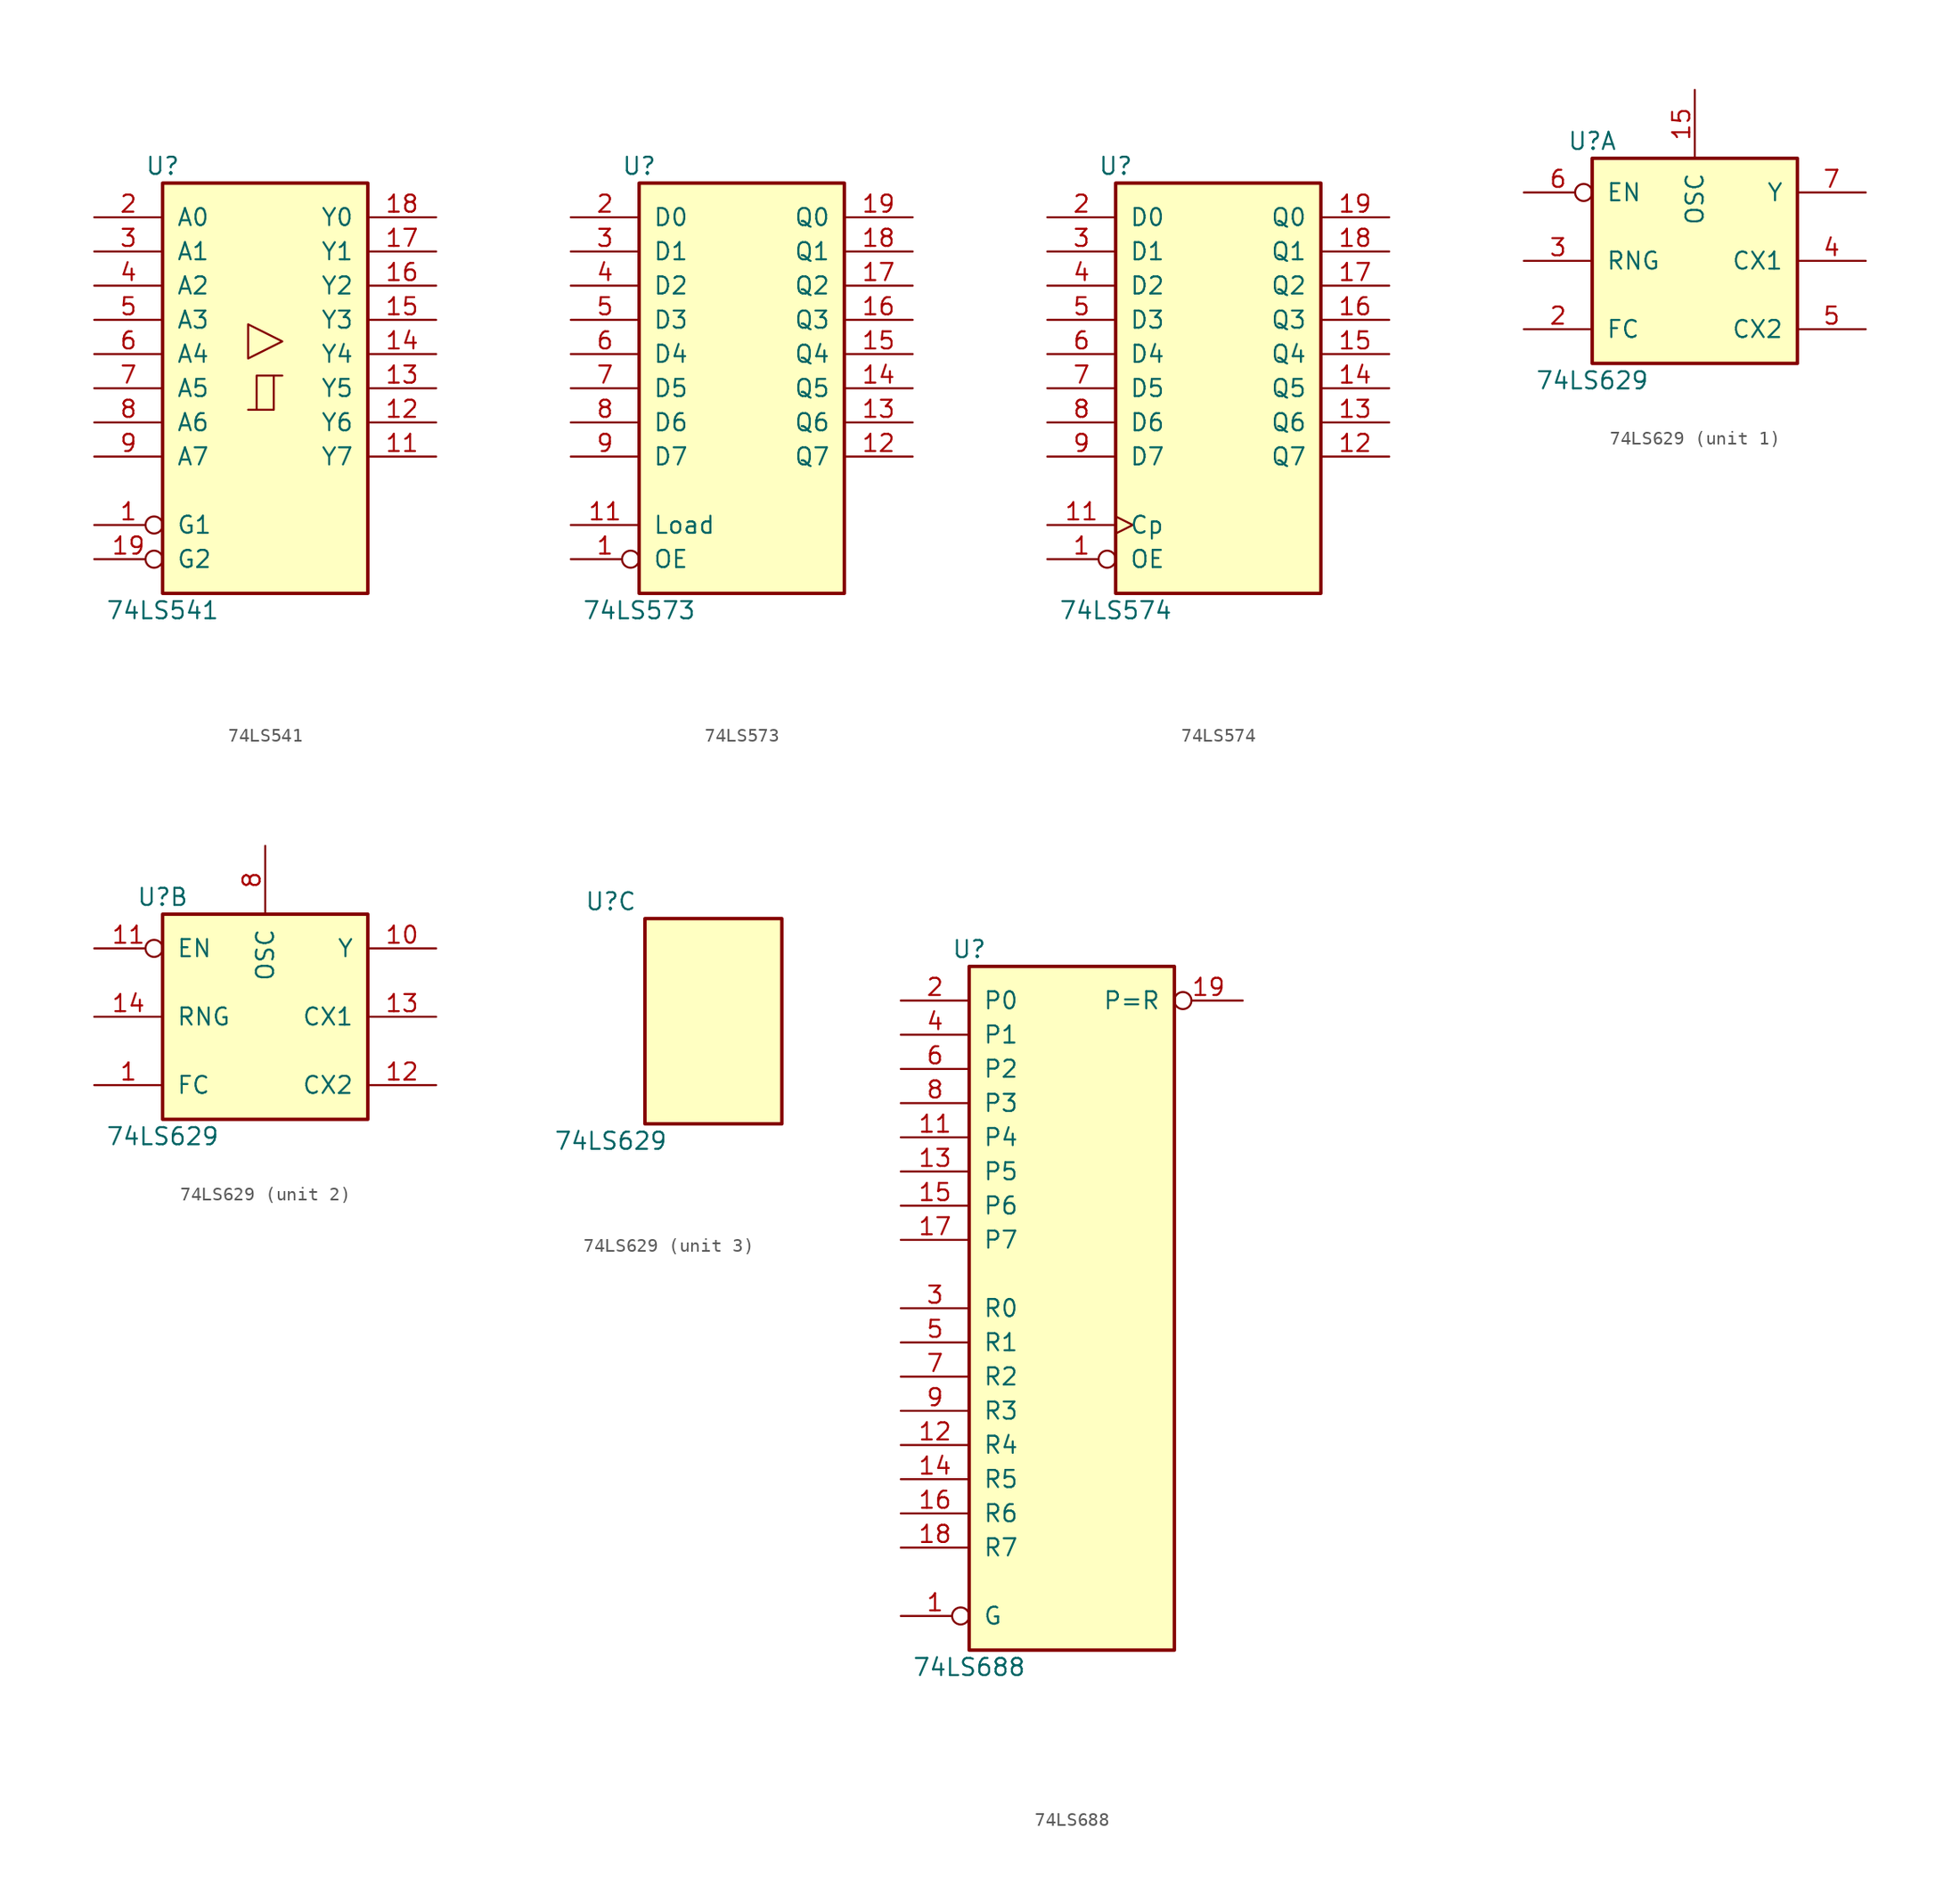
<source format=kicad_sym>
(kicad_symbol_lib
  (version 20231120)
  (generator "kicad_symbol_editor")
  (generator_version "8.0")
  (symbol "74LS541"
    (pin_names
      (offset 1.016))
    (property "Reference" "U"
      (at -7.62 16.51 0)
      (effects (font (size 1.27 1.27))))
    (property "Value" "74LS541"
      (at -7.62 -16.51 0)
      (effects (font (size 1.27 1.27))))
    (property "ki_locked" ""
      (at 0 0 0)
      (effects (font (size 1.27 1.27))))
    (symbol "74LS541_1_0"
      (polyline (pts (xy -0.635 -1.6) (xy -0.635 0.94) (xy 0.635 0.94)) (stroke (width 0) (type default)) (fill (type none)))
      (polyline (pts (xy -1.27 -1.6) (xy 0.635 -1.6) (xy 0.635 0.94) (xy 1.27 0.94)) (stroke (width 0) (type default)) (fill (type none)))
      (polyline (pts (xy 1.27 3.48) (xy -1.27 4.75) (xy -1.27 2.21) (xy 1.27 3.48)) (stroke (width 0.152) (type default)) (fill (type none)))
      (pin input inverted (at -12.7 -10.16 0) (length 5.08) (name "G1" (effects (font (size 1.27 1.27)))) (number "1" (effects (font (size 1.27 1.27)))))
      (pin input line (at 0 -20.32 90) (length 5.08) hide (name "GND" (effects (font (size 1.27 1.27)))) (number "10" (effects (font (size 1.27 1.27)))))
      (pin tri_state line (at 12.7 -5.08 180) (length 5.08) (name "Y7" (effects (font (size 1.27 1.27)))) (number "11" (effects (font (size 1.27 1.27)))))
      (pin tri_state line (at 12.7 -2.54 180) (length 5.08) (name "Y6" (effects (font (size 1.27 1.27)))) (number "12" (effects (font (size 1.27 1.27)))))
      (pin tri_state line (at 12.7 0 180) (length 5.08) (name "Y5" (effects (font (size 1.27 1.27)))) (number "13" (effects (font (size 1.27 1.27)))))
      (pin tri_state line (at 12.7 2.54 180) (length 5.08) (name "Y4" (effects (font (size 1.27 1.27)))) (number "14" (effects (font (size 1.27 1.27)))))
      (pin tri_state line (at 12.7 5.08 180) (length 5.08) (name "Y3" (effects (font (size 1.27 1.27)))) (number "15" (effects (font (size 1.27 1.27)))))
      (pin tri_state line (at 12.7 7.62 180) (length 5.08) (name "Y2" (effects (font (size 1.27 1.27)))) (number "16" (effects (font (size 1.27 1.27)))))
      (pin tri_state line (at 12.7 10.16 180) (length 5.08) (name "Y1" (effects (font (size 1.27 1.27)))) (number "17" (effects (font (size 1.27 1.27)))))
      (pin tri_state line (at 12.7 12.7 180) (length 5.08) (name "Y0" (effects (font (size 1.27 1.27)))) (number "18" (effects (font (size 1.27 1.27)))))
      (pin input inverted (at -12.7 -12.7 0) (length 5.08) (name "G2" (effects (font (size 1.27 1.27)))) (number "19" (effects (font (size 1.27 1.27)))))
      (pin input line (at -12.7 12.7 0) (length 5.08) (name "A0" (effects (font (size 1.27 1.27)))) (number "2" (effects (font (size 1.27 1.27)))))
      (pin input line (at 0 20.32 270) (length 5.08) hide (name "VCC" (effects (font (size 1.27 1.27)))) (number "20" (effects (font (size 1.27 1.27)))))
      (pin input line (at -12.7 10.16 0) (length 5.08) (name "A1" (effects (font (size 1.27 1.27)))) (number "3" (effects (font (size 1.27 1.27)))))
      (pin input line (at -12.7 7.62 0) (length 5.08) (name "A2" (effects (font (size 1.27 1.27)))) (number "4" (effects (font (size 1.27 1.27)))))
      (pin input line (at -12.7 5.08 0) (length 5.08) (name "A3" (effects (font (size 1.27 1.27)))) (number "5" (effects (font (size 1.27 1.27)))))
      (pin input line (at -12.7 2.54 0) (length 5.08) (name "A4" (effects (font (size 1.27 1.27)))) (number "6" (effects (font (size 1.27 1.27)))))
      (pin input line (at -12.7 0 0) (length 5.08) (name "A5" (effects (font (size 1.27 1.27)))) (number "7" (effects (font (size 1.27 1.27)))))
      (pin input line (at -12.7 -2.54 0) (length 5.08) (name "A6" (effects (font (size 1.27 1.27)))) (number "8" (effects (font (size 1.27 1.27)))))
      (pin input line (at -12.7 -5.08 0) (length 5.08) (name "A7" (effects (font (size 1.27 1.27)))) (number "9" (effects (font (size 1.27 1.27))))))
    (symbol "74LS541_1_1"
      (rectangle (start -7.62 15.24) (end 7.62 -15.24) (stroke (width 0.254) (type default)) (fill (type background)))))
  (symbol "74LS573"
    (pin_names
      (offset 1.016))
    (property "Reference" "U"
      (at -7.62 16.51 0)
      (effects (font (size 1.27 1.27))))
    (property "Value" "74LS573"
      (at -7.62 -16.51 0)
      (effects (font (size 1.27 1.27))))
    (property "ki_locked" ""
      (at 0 0 0)
      (effects (font (size 1.27 1.27))))
    (symbol "74LS573_1_0"
      (pin input inverted (at -12.7 -12.7 0) (length 5.08) (name "OE" (effects (font (size 1.27 1.27)))) (number "1" (effects (font (size 1.27 1.27)))))
      (pin input line (at 0 -20.32 90) (length 5.08) hide (name "GND" (effects (font (size 1.27 1.27)))) (number "10" (effects (font (size 1.27 1.27)))))
      (pin input line (at -12.7 -10.16 0) (length 5.08) (name "Load" (effects (font (size 1.27 1.27)))) (number "11" (effects (font (size 1.27 1.27)))))
      (pin tri_state line (at 12.7 -5.08 180) (length 5.08) (name "Q7" (effects (font (size 1.27 1.27)))) (number "12" (effects (font (size 1.27 1.27)))))
      (pin tri_state line (at 12.7 -2.54 180) (length 5.08) (name "Q6" (effects (font (size 1.27 1.27)))) (number "13" (effects (font (size 1.27 1.27)))))
      (pin tri_state line (at 12.7 0 180) (length 5.08) (name "Q5" (effects (font (size 1.27 1.27)))) (number "14" (effects (font (size 1.27 1.27)))))
      (pin tri_state line (at 12.7 2.54 180) (length 5.08) (name "Q4" (effects (font (size 1.27 1.27)))) (number "15" (effects (font (size 1.27 1.27)))))
      (pin tri_state line (at 12.7 5.08 180) (length 5.08) (name "Q3" (effects (font (size 1.27 1.27)))) (number "16" (effects (font (size 1.27 1.27)))))
      (pin tri_state line (at 12.7 7.62 180) (length 5.08) (name "Q2" (effects (font (size 1.27 1.27)))) (number "17" (effects (font (size 1.27 1.27)))))
      (pin tri_state line (at 12.7 10.16 180) (length 5.08) (name "Q1" (effects (font (size 1.27 1.27)))) (number "18" (effects (font (size 1.27 1.27)))))
      (pin tri_state line (at 12.7 12.7 180) (length 5.08) (name "Q0" (effects (font (size 1.27 1.27)))) (number "19" (effects (font (size 1.27 1.27)))))
      (pin input line (at -12.7 12.7 0) (length 5.08) (name "D0" (effects (font (size 1.27 1.27)))) (number "2" (effects (font (size 1.27 1.27)))))
      (pin input line (at 0 20.32 270) (length 5.08) hide (name "VCC" (effects (font (size 1.27 1.27)))) (number "20" (effects (font (size 1.27 1.27)))))
      (pin input line (at -12.7 10.16 0) (length 5.08) (name "D1" (effects (font (size 1.27 1.27)))) (number "3" (effects (font (size 1.27 1.27)))))
      (pin input line (at -12.7 7.62 0) (length 5.08) (name "D2" (effects (font (size 1.27 1.27)))) (number "4" (effects (font (size 1.27 1.27)))))
      (pin input line (at -12.7 5.08 0) (length 5.08) (name "D3" (effects (font (size 1.27 1.27)))) (number "5" (effects (font (size 1.27 1.27)))))
      (pin input line (at -12.7 2.54 0) (length 5.08) (name "D4" (effects (font (size 1.27 1.27)))) (number "6" (effects (font (size 1.27 1.27)))))
      (pin input line (at -12.7 0 0) (length 5.08) (name "D5" (effects (font (size 1.27 1.27)))) (number "7" (effects (font (size 1.27 1.27)))))
      (pin input line (at -12.7 -2.54 0) (length 5.08) (name "D6" (effects (font (size 1.27 1.27)))) (number "8" (effects (font (size 1.27 1.27)))))
      (pin input line (at -12.7 -5.08 0) (length 5.08) (name "D7" (effects (font (size 1.27 1.27)))) (number "9" (effects (font (size 1.27 1.27))))))
    (symbol "74LS573_1_1"
      (rectangle (start -7.62 15.24) (end 7.62 -15.24) (stroke (width 0.254) (type default)) (fill (type background)))))
  (symbol "74LS574"
    (pin_names
      (offset 1.016))
    (property "Reference" "U"
      (at -7.62 16.51 0)
      (effects (font (size 1.27 1.27))))
    (property "Value" "74LS574"
      (at -7.62 -16.51 0)
      (effects (font (size 1.27 1.27))))
    (property "ki_locked" ""
      (at 0 0 0)
      (effects (font (size 1.27 1.27))))
    (symbol "74LS574_1_0"
      (pin input inverted (at -12.7 -12.7 0) (length 5.08) (name "OE" (effects (font (size 1.27 1.27)))) (number "1" (effects (font (size 1.27 1.27)))))
      (pin input line (at 0 -20.32 90) (length 5.08) hide (name "GND" (effects (font (size 1.27 1.27)))) (number "10" (effects (font (size 1.27 1.27)))))
      (pin input clock (at -12.7 -10.16 0) (length 5.08) (name "Cp" (effects (font (size 1.27 1.27)))) (number "11" (effects (font (size 1.27 1.27)))))
      (pin tri_state line (at 12.7 -5.08 180) (length 5.08) (name "Q7" (effects (font (size 1.27 1.27)))) (number "12" (effects (font (size 1.27 1.27)))))
      (pin tri_state line (at 12.7 -2.54 180) (length 5.08) (name "Q6" (effects (font (size 1.27 1.27)))) (number "13" (effects (font (size 1.27 1.27)))))
      (pin tri_state line (at 12.7 0 180) (length 5.08) (name "Q5" (effects (font (size 1.27 1.27)))) (number "14" (effects (font (size 1.27 1.27)))))
      (pin tri_state line (at 12.7 2.54 180) (length 5.08) (name "Q4" (effects (font (size 1.27 1.27)))) (number "15" (effects (font (size 1.27 1.27)))))
      (pin tri_state line (at 12.7 5.08 180) (length 5.08) (name "Q3" (effects (font (size 1.27 1.27)))) (number "16" (effects (font (size 1.27 1.27)))))
      (pin tri_state line (at 12.7 7.62 180) (length 5.08) (name "Q2" (effects (font (size 1.27 1.27)))) (number "17" (effects (font (size 1.27 1.27)))))
      (pin tri_state line (at 12.7 10.16 180) (length 5.08) (name "Q1" (effects (font (size 1.27 1.27)))) (number "18" (effects (font (size 1.27 1.27)))))
      (pin tri_state line (at 12.7 12.7 180) (length 5.08) (name "Q0" (effects (font (size 1.27 1.27)))) (number "19" (effects (font (size 1.27 1.27)))))
      (pin input line (at -12.7 12.7 0) (length 5.08) (name "D0" (effects (font (size 1.27 1.27)))) (number "2" (effects (font (size 1.27 1.27)))))
      (pin input line (at 0 20.32 270) (length 5.08) hide (name "VCC" (effects (font (size 1.27 1.27)))) (number "20" (effects (font (size 1.27 1.27)))))
      (pin input line (at -12.7 10.16 0) (length 5.08) (name "D1" (effects (font (size 1.27 1.27)))) (number "3" (effects (font (size 1.27 1.27)))))
      (pin input line (at -12.7 7.62 0) (length 5.08) (name "D2" (effects (font (size 1.27 1.27)))) (number "4" (effects (font (size 1.27 1.27)))))
      (pin input line (at -12.7 5.08 0) (length 5.08) (name "D3" (effects (font (size 1.27 1.27)))) (number "5" (effects (font (size 1.27 1.27)))))
      (pin input line (at -12.7 2.54 0) (length 5.08) (name "D4" (effects (font (size 1.27 1.27)))) (number "6" (effects (font (size 1.27 1.27)))))
      (pin input line (at -12.7 0 0) (length 5.08) (name "D5" (effects (font (size 1.27 1.27)))) (number "7" (effects (font (size 1.27 1.27)))))
      (pin input line (at -12.7 -2.54 0) (length 5.08) (name "D6" (effects (font (size 1.27 1.27)))) (number "8" (effects (font (size 1.27 1.27)))))
      (pin input line (at -12.7 -5.08 0) (length 5.08) (name "D7" (effects (font (size 1.27 1.27)))) (number "9" (effects (font (size 1.27 1.27))))))
    (symbol "74LS574_1_1"
      (rectangle (start -7.62 15.24) (end 7.62 -15.24) (stroke (width 0.254) (type default)) (fill (type background)))))
  (symbol "74LS629"
    (pin_names
      (offset 1.016))
    (property "Reference" "U"
      (at -7.62 8.89 0)
      (effects (font (size 1.27 1.27))))
    (property "Value" "74LS629"
      (at -7.62 -8.89 0)
      (effects (font (size 1.27 1.27))))
    (property "ki_locked" ""
      (at 0 0 0)
      (effects (font (size 1.27 1.27))))
    (symbol "74LS629_1_0"
      (pin passive line (at 0 12.7 270) (length 5.08) (name "OSC" (effects (font (size 1.27 1.27)))) (number "15" (effects (font (size 1.27 1.27)))))
      (pin input line (at -12.7 -5.08 0) (length 5.08) (name "FC" (effects (font (size 1.27 1.27)))) (number "2" (effects (font (size 1.27 1.27)))))
      (pin input line (at -12.7 0 0) (length 5.08) (name "RNG" (effects (font (size 1.27 1.27)))) (number "3" (effects (font (size 1.27 1.27)))))
      (pin passive line (at 12.7 0 180) (length 5.08) (name "CX1" (effects (font (size 1.27 1.27)))) (number "4" (effects (font (size 1.27 1.27)))))
      (pin passive line (at 12.7 -5.08 180) (length 5.08) (name "CX2" (effects (font (size 1.27 1.27)))) (number "5" (effects (font (size 1.27 1.27)))))
      (pin input inverted (at -12.7 5.08 0) (length 5.08) (name "EN" (effects (font (size 1.27 1.27)))) (number "6" (effects (font (size 1.27 1.27)))))
      (pin output line (at 12.7 5.08 180) (length 5.08) (name "Y" (effects (font (size 1.27 1.27)))) (number "7" (effects (font (size 1.27 1.27))))))
    (symbol "74LS629_1_1"
      (rectangle (start -7.62 7.62) (end 7.62 -7.62) (stroke (width 0.254) (type default)) (fill (type background))))
    (symbol "74LS629_2_0"
      (pin input line (at -12.7 -5.08 0) (length 5.08) (name "FC" (effects (font (size 1.27 1.27)))) (number "1" (effects (font (size 1.27 1.27)))))
      (pin output line (at 12.7 5.08 180) (length 5.08) (name "Y" (effects (font (size 1.27 1.27)))) (number "10" (effects (font (size 1.27 1.27)))))
      (pin input inverted (at -12.7 5.08 0) (length 5.08) (name "EN" (effects (font (size 1.27 1.27)))) (number "11" (effects (font (size 1.27 1.27)))))
      (pin passive line (at 12.7 -5.08 180) (length 5.08) (name "CX2" (effects (font (size 1.27 1.27)))) (number "12" (effects (font (size 1.27 1.27)))))
      (pin passive line (at 12.7 0 180) (length 5.08) (name "CX1" (effects (font (size 1.27 1.27)))) (number "13" (effects (font (size 1.27 1.27)))))
      (pin input line (at -12.7 0 0) (length 5.08) (name "RNG" (effects (font (size 1.27 1.27)))) (number "14" (effects (font (size 1.27 1.27)))))
      (pin passive line (at 0 12.7 270) (length 5.08) (name "OSC" (effects (font (size 1.27 1.27)))) (number "8" (effects (font (size 1.27 1.27))))))
    (symbol "74LS629_2_1"
      (rectangle (start -7.62 7.62) (end 7.62 -7.62) (stroke (width 0.254) (type default)) (fill (type background))))
    (symbol "74LS629_3_0"
      (pin input line (at 0 12.7 270) (length 5.08) hide (name "VCC" (effects (font (size 1.27 1.27)))) (number "16" (effects (font (size 1.27 1.27)))))
      (pin input line (at 0 -12.7 90) (length 5.08) hide (name "GND" (effects (font (size 1.27 1.27)))) (number "9" (effects (font (size 1.27 1.27))))))
    (symbol "74LS629_3_1"
      (rectangle (start -5.08 7.62) (end 5.08 -7.62) (stroke (width 0.254) (type default)) (fill (type background)))))
  (symbol "74LS688"
    (pin_names
      (offset 1.016))
    (property "Reference" "U"
      (at -7.62 26.67 0)
      (effects (font (size 1.27 1.27))))
    (property "Value" "74LS688"
      (at -7.62 -26.67 0)
      (effects (font (size 1.27 1.27))))
    (property "ki_locked" ""
      (at 0 0 0)
      (effects (font (size 1.27 1.27))))
    (symbol "74LS688_1_0"
      (pin input inverted (at -12.7 -22.86 0) (length 5.08) (name "G" (effects (font (size 1.27 1.27)))) (number "1" (effects (font (size 1.27 1.27)))))
      (pin input line (at 0 -30.48 90) (length 5.08) hide (name "GND" (effects (font (size 1.27 1.27)))) (number "10" (effects (font (size 1.27 1.27)))))
      (pin input line (at -12.7 12.7 0) (length 5.08) (name "P4" (effects (font (size 1.27 1.27)))) (number "11" (effects (font (size 1.27 1.27)))))
      (pin input line (at -12.7 -10.16 0) (length 5.08) (name "R4" (effects (font (size 1.27 1.27)))) (number "12" (effects (font (size 1.27 1.27)))))
      (pin input line (at -12.7 10.16 0) (length 5.08) (name "P5" (effects (font (size 1.27 1.27)))) (number "13" (effects (font (size 1.27 1.27)))))
      (pin input line (at -12.7 -12.7 0) (length 5.08) (name "R5" (effects (font (size 1.27 1.27)))) (number "14" (effects (font (size 1.27 1.27)))))
      (pin input line (at -12.7 7.62 0) (length 5.08) (name "P6" (effects (font (size 1.27 1.27)))) (number "15" (effects (font (size 1.27 1.27)))))
      (pin input line (at -12.7 -15.24 0) (length 5.08) (name "R6" (effects (font (size 1.27 1.27)))) (number "16" (effects (font (size 1.27 1.27)))))
      (pin input line (at -12.7 5.08 0) (length 5.08) (name "P7" (effects (font (size 1.27 1.27)))) (number "17" (effects (font (size 1.27 1.27)))))
      (pin input line (at -12.7 -17.78 0) (length 5.08) (name "R7" (effects (font (size 1.27 1.27)))) (number "18" (effects (font (size 1.27 1.27)))))
      (pin output inverted (at 12.7 22.86 180) (length 5.08) (name "P=R" (effects (font (size 1.27 1.27)))) (number "19" (effects (font (size 1.27 1.27)))))
      (pin input line (at -12.7 22.86 0) (length 5.08) (name "P0" (effects (font (size 1.27 1.27)))) (number "2" (effects (font (size 1.27 1.27)))))
      (pin input line (at 0 30.48 270) (length 5.08) hide (name "VCC" (effects (font (size 1.27 1.27)))) (number "20" (effects (font (size 1.27 1.27)))))
      (pin input line (at -12.7 0 0) (length 5.08) (name "R0" (effects (font (size 1.27 1.27)))) (number "3" (effects (font (size 1.27 1.27)))))
      (pin input line (at -12.7 20.32 0) (length 5.08) (name "P1" (effects (font (size 1.27 1.27)))) (number "4" (effects (font (size 1.27 1.27)))))
      (pin input line (at -12.7 -2.54 0) (length 5.08) (name "R1" (effects (font (size 1.27 1.27)))) (number "5" (effects (font (size 1.27 1.27)))))
      (pin input line (at -12.7 17.78 0) (length 5.08) (name "P2" (effects (font (size 1.27 1.27)))) (number "6" (effects (font (size 1.27 1.27)))))
      (pin input line (at -12.7 -5.08 0) (length 5.08) (name "R2" (effects (font (size 1.27 1.27)))) (number "7" (effects (font (size 1.27 1.27)))))
      (pin input line (at -12.7 15.24 0) (length 5.08) (name "P3" (effects (font (size 1.27 1.27)))) (number "8" (effects (font (size 1.27 1.27)))))
      (pin input line (at -12.7 -7.62 0) (length 5.08) (name "R3" (effects (font (size 1.27 1.27)))) (number "9" (effects (font (size 1.27 1.27))))))
    (symbol "74LS688_1_1"
      (rectangle (start -7.62 25.4) (end 7.62 -25.4) (stroke (width 0.254) (type default)) (fill (type background))))))
</source>
